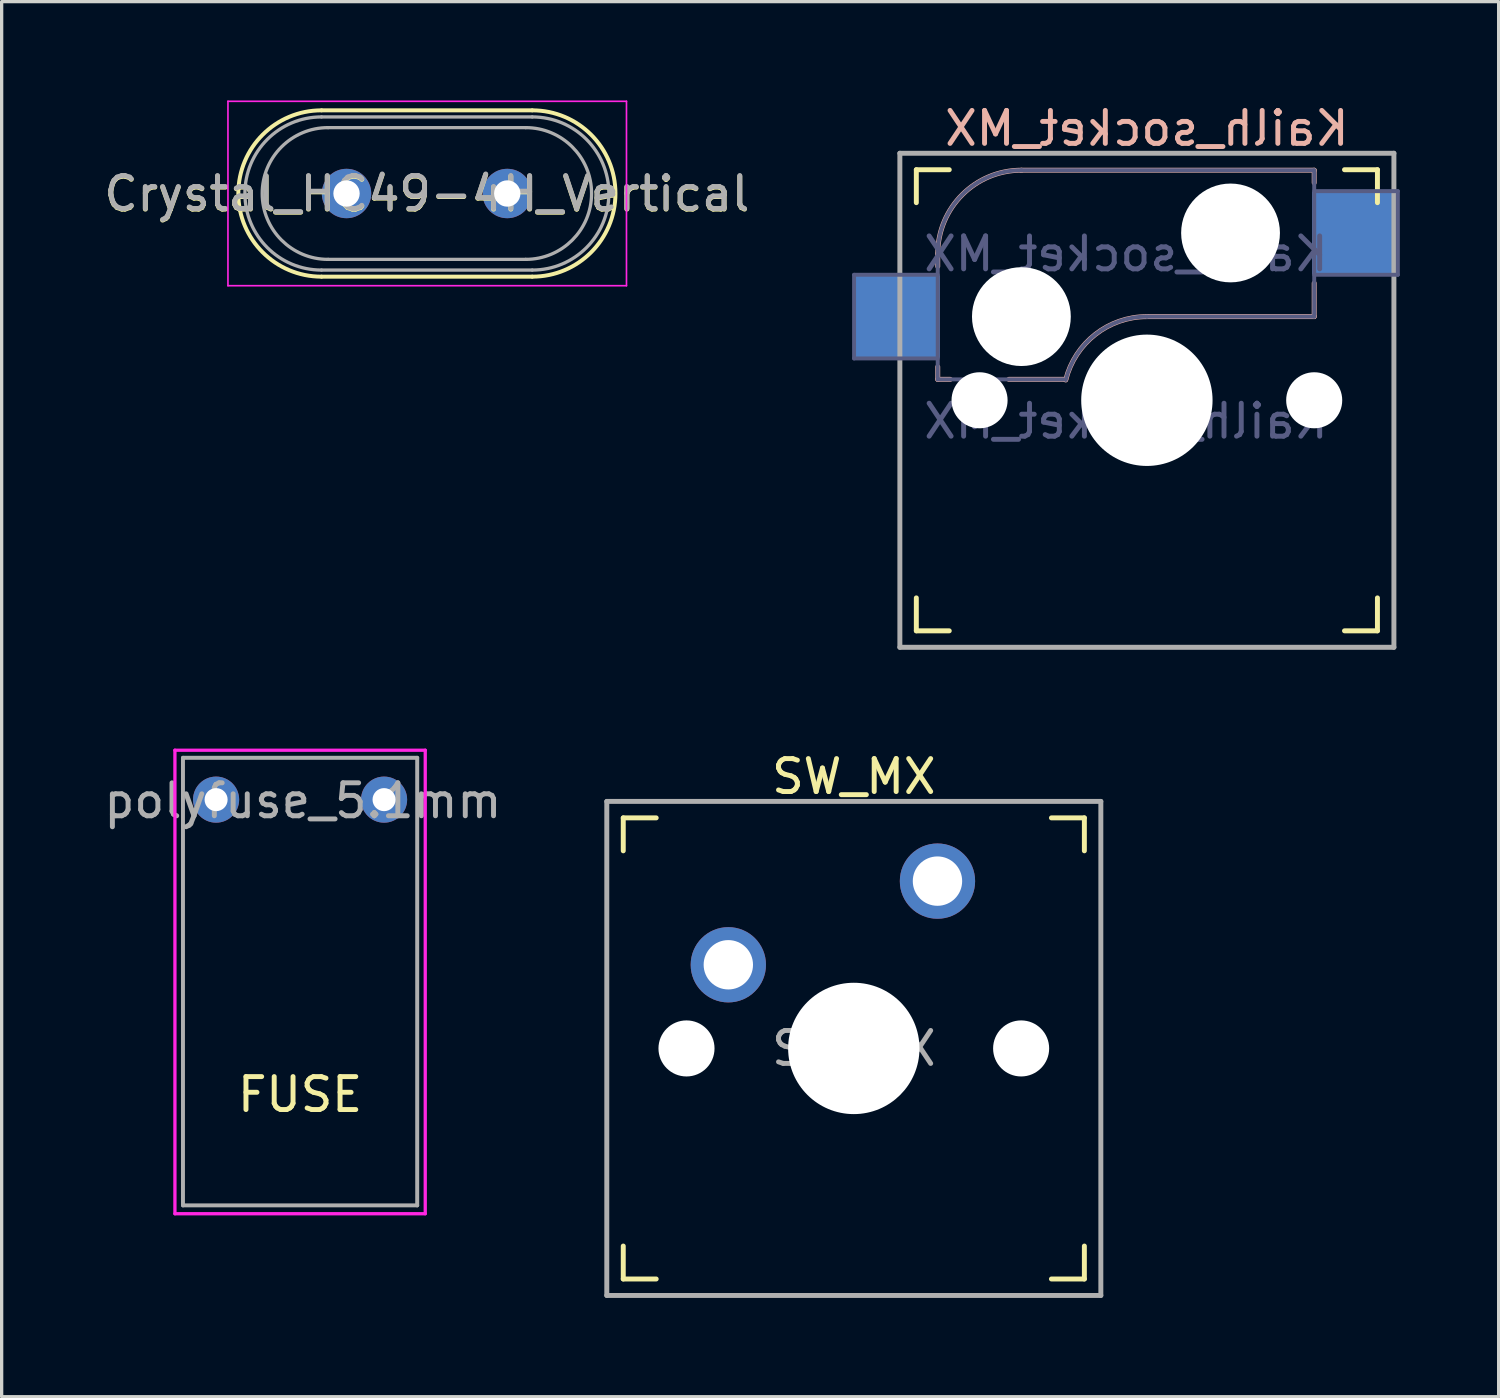
<source format=kicad_pcb>
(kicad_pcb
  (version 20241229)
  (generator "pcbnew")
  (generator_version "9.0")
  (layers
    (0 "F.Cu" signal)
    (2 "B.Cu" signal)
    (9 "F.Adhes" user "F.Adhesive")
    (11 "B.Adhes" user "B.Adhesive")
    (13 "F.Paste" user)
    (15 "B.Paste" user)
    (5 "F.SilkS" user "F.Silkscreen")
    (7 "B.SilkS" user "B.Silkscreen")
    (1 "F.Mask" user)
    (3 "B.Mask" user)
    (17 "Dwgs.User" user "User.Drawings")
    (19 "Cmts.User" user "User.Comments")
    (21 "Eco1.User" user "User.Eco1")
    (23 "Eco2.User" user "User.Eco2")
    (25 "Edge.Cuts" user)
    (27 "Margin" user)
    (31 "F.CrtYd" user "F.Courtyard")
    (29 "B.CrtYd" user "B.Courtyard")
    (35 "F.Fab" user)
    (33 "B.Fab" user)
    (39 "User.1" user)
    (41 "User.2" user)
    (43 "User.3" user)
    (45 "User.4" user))
  (footprint "polyfuse_5.1mm"
    (layer "F.Cu")
    (at 6.061 21.228)
    (property "Reference" "polyfuse_5.1mm" (at 0.087 0.035 180) (layer "F.Fab") (effects (font (size 1 1) (thickness 0.15))))
    (attr through_hole)
    (fp_line (start -3.8 -1.5) (end 3.8 -1.5) (stroke (width 0.1) (type solid)) (layer "F.CrtYd"))
    (fp_line (start -3.8 12.573) (end -3.8 -1.5) (stroke (width 0.1) (type solid)) (layer "F.CrtYd"))
    (fp_line (start 3.8 -1.5) (end 3.8 12.573) (stroke (width 0.1) (type solid)) (layer "F.CrtYd"))
    (fp_line (start 3.8 12.573) (end -3.8 12.573) (stroke (width 0.1) (type solid)) (layer "F.CrtYd"))
    (fp_line (start -3.556 -1.27) (end -3.556 12.319) (stroke (width 0.12) (type solid)) (layer "F.Fab"))
    (fp_line (start -3.556 12.319) (end 3.556 12.319) (stroke (width 0.12) (type solid)) (layer "F.Fab"))
    (fp_line (start 3.556 -1.27) (end -3.556 -1.27) (stroke (width 0.12) (type solid)) (layer "F.Fab"))
    (fp_line (start 3.556 12.319) (end 3.556 -1.27) (stroke (width 0.12) (type solid)) (layer "F.Fab"))
    (fp_text user "FUSE" (at 0 8.954 180) (layer "F.SilkS") (effects (font (size 1 1) (thickness 0.15))))
    (pad "1" thru_hole circle (at -2.55 0) (size 1.4 1.4) (drill 0.7) (layers "*.Cu" "*.Mask"))
    (pad "2" thru_hole circle (at 2.55 0) (size 1.4 1.4) (drill 0.7) (layers "*.Cu" "*.Mask")))
  (footprint "Crystal_HC49-4H_Vertical"
    (layer "F.Cu")
    (at 7.471 2.825)
    (property "Reference" "Crystal_HC49-4H_Vertical" (at 2.44 0.019 180) (layer "F.SilkS") (effects (font (size 1 1) (thickness 0.15))))
    (attr through_hole)
    (fp_line (start -0.76 -2.525) (end 5.64 -2.525) (stroke (width 0.12) (type solid)) (layer "F.SilkS"))
    (fp_line (start -0.76 2.525) (end 5.64 2.525) (stroke (width 0.12) (type solid)) (layer "F.SilkS"))
    (fp_arc (start -0.76 2.525) (mid -3.285 0) (end -0.76 -2.525) (stroke (width 0.12) (type solid)) (layer "F.SilkS"))
    (fp_arc (start 5.64 -2.525) (mid 8.165 0) (end 5.64 2.525) (stroke (width 0.12) (type solid)) (layer "F.SilkS"))
    (fp_line (start -3.6 -2.8) (end -3.6 2.8) (stroke (width 0.05) (type solid)) (layer "F.CrtYd"))
    (fp_line (start -3.6 2.8) (end 8.5 2.8) (stroke (width 0.05) (type solid)) (layer "F.CrtYd"))
    (fp_line (start 8.5 -2.8) (end -3.6 -2.8) (stroke (width 0.05) (type solid)) (layer "F.CrtYd"))
    (fp_line (start 8.5 2.8) (end 8.5 -2.8) (stroke (width 0.05) (type solid)) (layer "F.CrtYd"))
    (fp_line (start -0.76 -2.325) (end 5.64 -2.325) (stroke (width 0.1) (type solid)) (layer "F.Fab"))
    (fp_line (start -0.76 2.325) (end 5.64 2.325) (stroke (width 0.1) (type solid)) (layer "F.Fab"))
    (fp_line (start -0.56 -2) (end 5.44 -2) (stroke (width 0.1) (type solid)) (layer "F.Fab"))
    (fp_line (start -0.56 2) (end 5.44 2) (stroke (width 0.1) (type solid)) (layer "F.Fab"))
    (fp_arc (start -0.76 2.325) (mid -3.085 0) (end -0.76 -2.325) (stroke (width 0.1) (type solid)) (layer "F.Fab"))
    (fp_arc (start -0.56 2) (mid -2.56 0) (end -0.56 -2) (stroke (width 0.1) (type solid)) (layer "F.Fab"))
    (fp_arc (start 5.44 -2) (mid 7.44 0) (end 5.44 2) (stroke (width 0.1) (type solid)) (layer "F.Fab"))
    (fp_arc (start 5.64 -2.325) (mid 7.965 0) (end 5.64 2.325) (stroke (width 0.1) (type solid)) (layer "F.Fab"))
    (fp_text user "${REFERENCE}" (at 2.44 0 180) (layer "F.Fab") (effects (font (size 1 1) (thickness 0.15))))
    (pad "1" thru_hole circle (at 0 0) (size 1.5 1.5) (drill 0.8) (layers "*.Cu" "*.Mask"))
    (pad "2" thru_hole circle (at 4.88 0) (size 1.5 1.5) (drill 0.8) (layers "*.Cu" "*.Mask")))
  (footprint "SW_MX"
    (layer "F.Cu")
    (at 22.873 28.782)
    (property "Reference" "SW_MX" (at 0 -8.255 0) (layer "F.SilkS") (effects (font (size 1 1) (thickness 0.15))))
    (attr through_hole)
    (fp_line (start -7 -6) (end -7 -7) (stroke (width 0.15) (type solid)) (layer "F.SilkS"))
    (fp_line (start -7 7) (end -7 6) (stroke (width 0.15) (type solid)) (layer "F.SilkS"))
    (fp_line (start -7 7) (end -6 7) (stroke (width 0.15) (type solid)) (layer "F.SilkS"))
    (fp_line (start -6 -7) (end -7 -7) (stroke (width 0.15) (type solid)) (layer "F.SilkS"))
    (fp_line (start 6 7) (end 7 7) (stroke (width 0.15) (type solid)) (layer "F.SilkS"))
    (fp_line (start 7 -7) (end 6 -7) (stroke (width 0.15) (type solid)) (layer "F.SilkS"))
    (fp_line (start 7 -7) (end 7 -6) (stroke (width 0.15) (type solid)) (layer "F.SilkS"))
    (fp_line (start 7 6) (end 7 7) (stroke (width 0.15) (type solid)) (layer "F.SilkS"))
    (fp_line (start -6.9 6.9) (end -6.9 -6.9) (stroke (width 0.15) (type solid)) (layer "Eco2.User"))
    (fp_line (start -6.9 6.9) (end 6.9 6.9) (stroke (width 0.15) (type solid)) (layer "Eco2.User"))
    (fp_line (start 6.9 -6.9) (end -6.9 -6.9) (stroke (width 0.15) (type solid)) (layer "Eco2.User"))
    (fp_line (start 6.9 -6.9) (end 6.9 6.9) (stroke (width 0.15) (type solid)) (layer "Eco2.User"))
    (fp_line (start -7.5 -7.5) (end 7.5 -7.5) (stroke (width 0.15) (type solid)) (layer "F.Fab"))
    (fp_line (start -7.5 7.5) (end -7.5 -7.5) (stroke (width 0.15) (type solid)) (layer "F.Fab"))
    (fp_line (start 7.5 -7.5) (end 7.5 7.5) (stroke (width 0.15) (type solid)) (layer "F.Fab"))
    (fp_line (start 7.5 7.5) (end -7.5 7.5) (stroke (width 0.15) (type solid)) (layer "F.Fab"))
    (fp_text user "${REFERENCE}" (at 0 0 0) (layer "F.Fab") (effects (font (size 1 1) (thickness 0.15))))
    (pad "" np_thru_hole circle (at -5.08 0) (size 1.702 1.702) (drill 1.702) (layers "*.Cu" "*.Mask"))
    (pad "" np_thru_hole circle (at 0 0) (size 3.988 3.988) (drill 3.988) (layers "*.Cu" "*.Mask"))
    (pad "" np_thru_hole circle (at 5.08 0) (size 1.702 1.702) (drill 1.702) (layers "*.Cu" "*.Mask"))
    (pad "1" thru_hole circle (at 2.54 -5.08) (size 2.286 2.286) (drill 1.499) (layers "*.Cu" "*.Mask"))
    (pad "2" thru_hole circle (at -3.81 -2.54) (size 2.286 2.286) (drill 1.499) (layers "*.Cu" "*.Mask")))
  (footprint "Kailh_socket_MX"
    (layer "F.Cu")
    (at 31.771 9.103)
    (property "Reference" "Kailh_socket_MX" (at 0 -8.255 0) (layer "B.SilkS") (effects (font (size 1 1) (thickness 0.15)) (justify mirror)))
    (property "Value" "Kailh_socket_MX" (at 0 8.255 0) (layer "F.Fab") (hide yes) (effects (font (size 1 1) (thickness 0.15))))
    (attr smd)
    (fp_line (start -7 -6) (end -7 -7) (stroke (width 0.15) (type solid)) (layer "F.SilkS"))
    (fp_line (start -7 7) (end -7 6) (stroke (width 0.15) (type solid)) (layer "F.SilkS"))
    (fp_line (start -7 7) (end -6 7) (stroke (width 0.15) (type solid)) (layer "F.SilkS"))
    (fp_line (start -6 -7) (end -7 -7) (stroke (width 0.15) (type solid)) (layer "F.SilkS"))
    (fp_line (start 6 7) (end 7 7) (stroke (width 0.15) (type solid)) (layer "F.SilkS"))
    (fp_line (start 7 -7) (end 6 -7) (stroke (width 0.15) (type solid)) (layer "F.SilkS"))
    (fp_line (start 7 -7) (end 7 -6) (stroke (width 0.15) (type solid)) (layer "F.SilkS"))
    (fp_line (start 7 6) (end 7 7) (stroke (width 0.15) (type solid)) (layer "F.SilkS"))
    (fp_line (start -6.35 -4.445) (end -6.35 -4.064) (stroke (width 0.15) (type solid)) (layer "B.SilkS"))
    (fp_line (start -6.35 -1.016) (end -6.35 -0.635) (stroke (width 0.15) (type solid)) (layer "B.SilkS"))
    (fp_line (start -5.969 -0.635) (end -6.35 -0.635) (stroke (width 0.15) (type solid)) (layer "B.SilkS"))
    (fp_line (start -3.81 -6.985) (end 5.08 -6.985) (stroke (width 0.15) (type solid)) (layer "B.SilkS"))
    (fp_line (start -2.464 -0.635) (end -4.191 -0.635) (stroke (width 0.15) (type solid)) (layer "B.SilkS"))
    (fp_line (start 5.08 -6.985) (end 5.08 -6.604) (stroke (width 0.15) (type solid)) (layer "B.SilkS"))
    (fp_line (start 5.08 -3.556) (end 5.08 -2.54) (stroke (width 0.15) (type solid)) (layer "B.SilkS"))
    (fp_line (start 5.08 -2.54) (end 0 -2.54) (stroke (width 0.15) (type solid)) (layer "B.SilkS"))
    (fp_arc (start -6.35 -4.445) (mid -5.606051 -6.241051) (end -3.81 -6.985) (stroke (width 0.15) (type solid)) (layer "B.SilkS"))
    (fp_arc (start -2.464162 -0.61604) (mid -1.563147 -2.002042) (end 0 -2.54) (stroke (width 0.15) (type solid)) (layer "B.SilkS"))
    (fp_line (start -6.9 6.9) (end -6.9 -6.9) (stroke (width 0.15) (type solid)) (layer "Eco2.User"))
    (fp_line (start -6.9 6.9) (end 6.9 6.9) (stroke (width 0.15) (type solid)) (layer "Eco2.User"))
    (fp_line (start 6.9 -6.9) (end -6.9 -6.9) (stroke (width 0.15) (type solid)) (layer "Eco2.User"))
    (fp_line (start 6.9 -6.9) (end 6.9 6.9) (stroke (width 0.15) (type solid)) (layer "Eco2.User"))
    (fp_line (start -8.89 -3.81) (end -6.35 -3.81) (stroke (width 0.12) (type solid)) (layer "B.Fab"))
    (fp_line (start -8.89 -1.27) (end -8.89 -3.81) (stroke (width 0.12) (type solid)) (layer "B.Fab"))
    (fp_line (start -6.35 -1.27) (end -8.89 -1.27) (stroke (width 0.12) (type solid)) (layer "B.Fab"))
    (fp_line (start -6.35 -0.635) (end -6.35 -4.445) (stroke (width 0.12) (type solid)) (layer "B.Fab"))
    (fp_line (start -6.35 -0.635) (end -2.54 -0.635) (stroke (width 0.12) (type solid)) (layer "B.Fab"))
    (fp_line (start -3.81 -6.985) (end 5.08 -6.985) (stroke (width 0.12) (type solid)) (layer "B.Fab"))
    (fp_line (start 5.08 -6.985) (end 5.08 -2.54) (stroke (width 0.12) (type solid)) (layer "B.Fab"))
    (fp_line (start 5.08 -6.35) (end 7.62 -6.35) (stroke (width 0.12) (type solid)) (layer "B.Fab"))
    (fp_line (start 5.08 -2.54) (end 0 -2.54) (stroke (width 0.12) (type solid)) (layer "B.Fab"))
    (fp_line (start 7.62 -6.35) (end 7.62 -3.81) (stroke (width 0.12) (type solid)) (layer "B.Fab"))
    (fp_line (start 7.62 -3.81) (end 5.08 -3.81) (stroke (width 0.12) (type solid)) (layer "B.Fab"))
    (fp_arc (start -6.35 -4.445) (mid -5.606051 -6.241051) (end -3.81 -6.985) (stroke (width 0.12) (type solid)) (layer "B.Fab"))
    (fp_arc (start -2.464162 -0.61604) (mid -1.563147 -2.002042) (end 0 -2.54) (stroke (width 0.12) (type solid)) (layer "B.Fab"))
    (fp_line (start -7.5 -7.5) (end 7.5 -7.5) (stroke (width 0.15) (type solid)) (layer "F.Fab"))
    (fp_line (start -7.5 7.5) (end -7.5 -7.5) (stroke (width 0.15) (type solid)) (layer "F.Fab"))
    (fp_line (start 7.5 -7.5) (end 7.5 7.5) (stroke (width 0.15) (type solid)) (layer "F.Fab"))
    (fp_line (start 7.5 7.5) (end -7.5 7.5) (stroke (width 0.15) (type solid)) (layer "F.Fab"))
    (fp_text user "${REFERENCE}" (at -0.635 -4.445 0) (layer "B.Fab") (effects (font (size 1 1) (thickness 0.15)) (justify mirror)))
    (fp_text user "${VALUE}" (at -0.635 0.635 0) (layer "B.Fab") (effects (font (size 1 1) (thickness 0.15)) (justify mirror)))
    (pad "" np_thru_hole circle (at -5.08 0) (size 1.702 1.702) (drill 1.702) (layers "*.Cu" "*.Mask"))
    (pad "" np_thru_hole circle (at -3.81 -2.54) (size 3 3) (drill 3) (layers "*.Cu" "*.Mask"))
    (pad "" np_thru_hole circle (at 0 0) (size 3.988 3.988) (drill 3.988) (layers "*.Cu" "*.Mask"))
    (pad "" np_thru_hole circle (at 2.54 -5.08) (size 3 3) (drill 3) (layers "*.Cu" "*.Mask"))
    (pad "" np_thru_hole circle (at 5.08 0) (size 1.702 1.702) (drill 1.702) (layers "*.Cu" "*.Mask"))
    (pad "1" smd rect (at 6.29 -5.08) (size 2.55 2.5) (layers "B.Cu" "B.Mask" "B.Paste"))
    (pad "2" smd rect (at -7.56 -2.54) (size 2.55 2.5) (layers "B.Cu" "B.Mask" "B.Paste")))
  (gr_rect
    (start -3 -3)
    (end 42.451 39.356)
    (stroke (width 0.1) (type default))
    (fill no)
    (layer "Edge.Cuts")))
</source>
